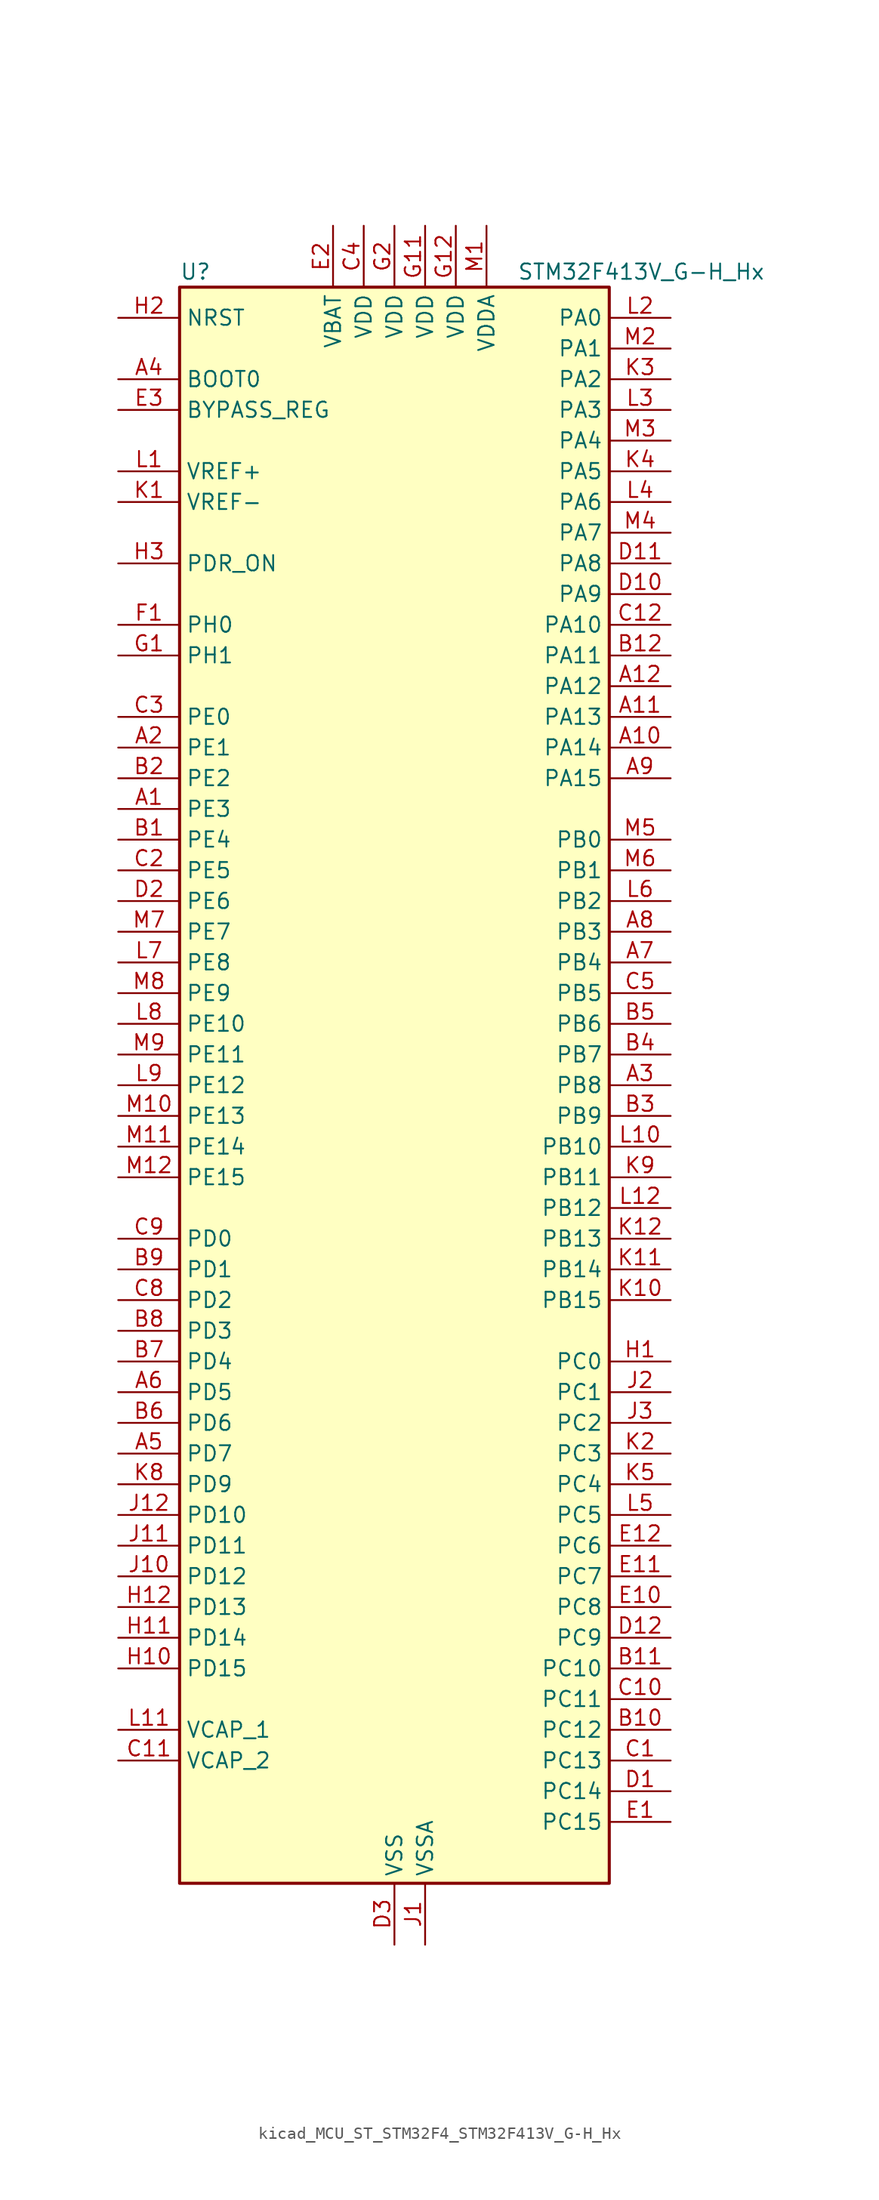
<source format=kicad_sym>
(kicad_symbol_lib
  (version 20220914)
  (generator kicad_symbol_editor)
  (symbol "kicad_MCU_ST_STM32F4_STM32F413V_G-H_Hx"
    (property "Reference" "U"
      (at -17.78 67.31 0)
      (effects (font (size 1.27 1.27)) (justify left)))
    (property "Value" "STM32F413V_G-H_Hx"
      (at 10.16 67.31 0)
      (effects (font (size 1.27 1.27)) (justify left)))
    (property "ki_locked" ""
      (at 0 0 0)
      (effects (font (size 1.27 1.27))))
    (symbol "kicad_MCU_ST_STM32F4_STM32F413V_G-H_Hx_0_1"
      (rectangle (start -17.78 -66.04) (end 17.78 66.04) (stroke (width 0.254) (type default)) (fill (type background))))
    (symbol "kicad_MCU_ST_STM32F4_STM32F413V_G-H_Hx_1_1"
      (pin bidirectional line (at -22.86 22.86 0) (length 5.08) (name "PE3" (effects (font (size 1.27 1.27)))) (number "A1" (effects (font (size 1.27 1.27)))) (alternate "FSMC_A19" bidirectional line) (alternate "SAI1_SD_B" bidirectional line) (alternate "SYS_TRACED0" bidirectional line) (alternate "UART10_TX" bidirectional line))
      (pin bidirectional line (at 22.86 27.94 180) (length 5.08) (name "PA14" (effects (font (size 1.27 1.27)))) (number "A10" (effects (font (size 1.27 1.27)))) (alternate "SYS_JTCK-SWCLK" bidirectional line))
      (pin bidirectional line (at 22.86 30.48 180) (length 5.08) (name "PA13" (effects (font (size 1.27 1.27)))) (number "A11" (effects (font (size 1.27 1.27)))) (alternate "SYS_JTMS-SWDIO" bidirectional line))
      (pin bidirectional line (at 22.86 33.02 180) (length 5.08) (name "PA12" (effects (font (size 1.27 1.27)))) (number "A12" (effects (font (size 1.27 1.27)))) (alternate "CAN1_TX" bidirectional line) (alternate "DFSDM2_DATIN5" bidirectional line) (alternate "SPI2_MISO" bidirectional line) (alternate "SPI5_MISO" bidirectional line) (alternate "TIM1_ETR" bidirectional line) (alternate "UART4_TX" bidirectional line) (alternate "USART1_RTS" bidirectional line) (alternate "USART6_RX" bidirectional line) (alternate "USB_OTG_FS_DP" bidirectional line))
      (pin bidirectional line (at -22.86 27.94 0) (length 5.08) (name "PE1" (effects (font (size 1.27 1.27)))) (number "A2" (effects (font (size 1.27 1.27)))) (alternate "DFSDM2_DATIN4" bidirectional line) (alternate "FSMC_NBL1" bidirectional line) (alternate "UART8_TX" bidirectional line))
      (pin bidirectional line (at 22.86 0 180) (length 5.08) (name "PB8" (effects (font (size 1.27 1.27)))) (number "A3" (effects (font (size 1.27 1.27)))) (alternate "CAN1_RX" bidirectional line) (alternate "DFSDM2_CKIN1" bidirectional line) (alternate "I2C1_SCL" bidirectional line) (alternate "I2C3_SDA" bidirectional line) (alternate "I2S5_SD" bidirectional line) (alternate "LPTIM1_OUT" bidirectional line) (alternate "SDIO_D4" bidirectional line) (alternate "SPI5_MOSI" bidirectional line) (alternate "TIM10_CH1" bidirectional line) (alternate "TIM4_CH3" bidirectional line) (alternate "UART5_RX" bidirectional line))
      (pin input line (at -22.86 58.42 0) (length 5.08) (name "BOOT0" (effects (font (size 1.27 1.27)))) (number "A4" (effects (font (size 1.27 1.27)))))
      (pin bidirectional line (at -22.86 -30.48 0) (length 5.08) (name "PD7" (effects (font (size 1.27 1.27)))) (number "A5" (effects (font (size 1.27 1.27)))) (alternate "DFSDM1_CKIN1" bidirectional line) (alternate "FSMC_NE1" bidirectional line) (alternate "USART2_CK" bidirectional line))
      (pin bidirectional line (at -22.86 -25.4 0) (length 5.08) (name "PD5" (effects (font (size 1.27 1.27)))) (number "A6" (effects (font (size 1.27 1.27)))) (alternate "DFSDM2_CKOUT" bidirectional line) (alternate "FSMC_NWE" bidirectional line) (alternate "USART2_TX" bidirectional line))
      (pin bidirectional line (at 22.86 10.16 180) (length 5.08) (name "PB4" (effects (font (size 1.27 1.27)))) (number "A7" (effects (font (size 1.27 1.27)))) (alternate "CAN3_TX" bidirectional line) (alternate "I2C3_SDA" bidirectional line) (alternate "I2S3_ext_SD" bidirectional line) (alternate "SAI1_SCK_A" bidirectional line) (alternate "SDIO_D0" bidirectional line) (alternate "SPI1_MISO" bidirectional line) (alternate "SPI3_MISO" bidirectional line) (alternate "SYS_JTRST" bidirectional line) (alternate "TIM3_CH1" bidirectional line) (alternate "UART7_TX" bidirectional line))
      (pin bidirectional line (at 22.86 12.7 180) (length 5.08) (name "PB3" (effects (font (size 1.27 1.27)))) (number "A8" (effects (font (size 1.27 1.27)))) (alternate "CAN3_RX" bidirectional line) (alternate "FMPI2C1_SDA" bidirectional line) (alternate "I2C2_SDA" bidirectional line) (alternate "I2S1_CK" bidirectional line) (alternate "I2S3_CK" bidirectional line) (alternate "SAI1_SD_A" bidirectional line) (alternate "SPI1_SCK" bidirectional line) (alternate "SPI3_SCK" bidirectional line) (alternate "SYS_JTDO-SWO" bidirectional line) (alternate "TIM2_CH2" bidirectional line) (alternate "UART7_RX" bidirectional line) (alternate "USART1_RX" bidirectional line))
      (pin bidirectional line (at 22.86 25.4 180) (length 5.08) (name "PA15" (effects (font (size 1.27 1.27)))) (number "A9" (effects (font (size 1.27 1.27)))) (alternate "ADC1_EXTI15" bidirectional line) (alternate "CAN3_TX" bidirectional line) (alternate "I2S1_WS" bidirectional line) (alternate "I2S3_WS" bidirectional line) (alternate "SAI1_MCLK_A" bidirectional line) (alternate "SPI1_NSS" bidirectional line) (alternate "SPI3_NSS" bidirectional line) (alternate "SYS_JTDI" bidirectional line) (alternate "TIM2_CH1" bidirectional line) (alternate "TIM2_ETR" bidirectional line) (alternate "UART7_TX" bidirectional line) (alternate "USART1_TX" bidirectional line))
      (pin bidirectional line (at -22.86 20.32 0) (length 5.08) (name "PE4" (effects (font (size 1.27 1.27)))) (number "B1" (effects (font (size 1.27 1.27)))) (alternate "DFSDM1_DATIN3" bidirectional line) (alternate "FSMC_A20" bidirectional line) (alternate "I2S4_WS" bidirectional line) (alternate "I2S5_WS" bidirectional line) (alternate "SAI1_SD_A" bidirectional line) (alternate "SPI4_NSS" bidirectional line) (alternate "SPI5_NSS" bidirectional line) (alternate "SYS_TRACED1" bidirectional line))
      (pin bidirectional line (at 22.86 -53.34 180) (length 5.08) (name "PC12" (effects (font (size 1.27 1.27)))) (number "B10" (effects (font (size 1.27 1.27)))) (alternate "FSMC_D3" bidirectional line) (alternate "FSMC_DA3" bidirectional line) (alternate "I2S3_SD" bidirectional line) (alternate "SDIO_CK" bidirectional line) (alternate "SPI3_MOSI" bidirectional line) (alternate "UART5_TX" bidirectional line) (alternate "USART3_CK" bidirectional line))
      (pin bidirectional line (at 22.86 -48.26 180) (length 5.08) (name "PC10" (effects (font (size 1.27 1.27)))) (number "B11" (effects (font (size 1.27 1.27)))) (alternate "DFSDM2_CKIN5" bidirectional line) (alternate "I2S3_CK" bidirectional line) (alternate "QUADSPI_BK1_IO1" bidirectional line) (alternate "SDIO_D2" bidirectional line) (alternate "SPI3_SCK" bidirectional line) (alternate "USART3_TX" bidirectional line))
      (pin bidirectional line (at 22.86 35.56 180) (length 5.08) (name "PA11" (effects (font (size 1.27 1.27)))) (number "B12" (effects (font (size 1.27 1.27)))) (alternate "ADC1_EXTI11" bidirectional line) (alternate "CAN1_RX" bidirectional line) (alternate "DFSDM2_CKIN5" bidirectional line) (alternate "I2S2_WS" bidirectional line) (alternate "SPI2_NSS" bidirectional line) (alternate "SPI4_MISO" bidirectional line) (alternate "TIM1_CH4" bidirectional line) (alternate "UART4_RX" bidirectional line) (alternate "USART1_CTS" bidirectional line) (alternate "USART6_TX" bidirectional line) (alternate "USB_OTG_FS_DM" bidirectional line))
      (pin bidirectional line (at -22.86 25.4 0) (length 5.08) (name "PE2" (effects (font (size 1.27 1.27)))) (number "B2" (effects (font (size 1.27 1.27)))) (alternate "FSMC_A23" bidirectional line) (alternate "I2S4_CK" bidirectional line) (alternate "I2S5_CK" bidirectional line) (alternate "QUADSPI_BK1_IO2" bidirectional line) (alternate "SAI1_MCLK_A" bidirectional line) (alternate "SPI4_SCK" bidirectional line) (alternate "SPI5_SCK" bidirectional line) (alternate "SYS_TRACECLK" bidirectional line) (alternate "UART10_RX" bidirectional line))
      (pin bidirectional line (at 22.86 -2.54 180) (length 5.08) (name "PB9" (effects (font (size 1.27 1.27)))) (number "B3" (effects (font (size 1.27 1.27)))) (alternate "CAN1_TX" bidirectional line) (alternate "DAC_EXTI9" bidirectional line) (alternate "DFSDM2_DATIN1" bidirectional line) (alternate "I2C1_SDA" bidirectional line) (alternate "I2C2_SDA" bidirectional line) (alternate "I2S2_WS" bidirectional line) (alternate "SDIO_D5" bidirectional line) (alternate "SPI2_NSS" bidirectional line) (alternate "TIM11_CH1" bidirectional line) (alternate "TIM4_CH4" bidirectional line) (alternate "UART5_TX" bidirectional line))
      (pin bidirectional line (at 22.86 2.54 180) (length 5.08) (name "PB7" (effects (font (size 1.27 1.27)))) (number "B4" (effects (font (size 1.27 1.27)))) (alternate "DFSDM2_DATIN7" bidirectional line) (alternate "FSMC_NL" bidirectional line) (alternate "I2C1_SDA" bidirectional line) (alternate "LPTIM1_IN2" bidirectional line) (alternate "TIM4_CH2" bidirectional line) (alternate "USART1_RX" bidirectional line))
      (pin bidirectional line (at 22.86 5.08 180) (length 5.08) (name "PB6" (effects (font (size 1.27 1.27)))) (number "B5" (effects (font (size 1.27 1.27)))) (alternate "CAN2_TX" bidirectional line) (alternate "DFSDM2_CKIN7" bidirectional line) (alternate "I2C1_SCL" bidirectional line) (alternate "LPTIM1_ETR" bidirectional line) (alternate "QUADSPI_BK1_NCS" bidirectional line) (alternate "SDIO_D0" bidirectional line) (alternate "TIM4_CH1" bidirectional line) (alternate "UART5_TX" bidirectional line) (alternate "USART1_TX" bidirectional line))
      (pin bidirectional line (at -22.86 -27.94 0) (length 5.08) (name "PD6" (effects (font (size 1.27 1.27)))) (number "B6" (effects (font (size 1.27 1.27)))) (alternate "DFSDM1_DATIN1" bidirectional line) (alternate "FSMC_NWAIT" bidirectional line) (alternate "I2S3_SD" bidirectional line) (alternate "SPI3_MOSI" bidirectional line) (alternate "USART2_RX" bidirectional line))
      (pin bidirectional line (at -22.86 -22.86 0) (length 5.08) (name "PD4" (effects (font (size 1.27 1.27)))) (number "B7" (effects (font (size 1.27 1.27)))) (alternate "DFSDM1_CKIN0" bidirectional line) (alternate "FSMC_NOE" bidirectional line) (alternate "USART2_RTS" bidirectional line))
      (pin bidirectional line (at -22.86 -20.32 0) (length 5.08) (name "PD3" (effects (font (size 1.27 1.27)))) (number "B8" (effects (font (size 1.27 1.27)))) (alternate "DFSDM1_DATIN0" bidirectional line) (alternate "FSMC_CLK" bidirectional line) (alternate "I2S2_CK" bidirectional line) (alternate "QUADSPI_CLK" bidirectional line) (alternate "SPI2_SCK" bidirectional line) (alternate "SYS_TRACED1" bidirectional line) (alternate "USART2_CTS" bidirectional line))
      (pin bidirectional line (at -22.86 -15.24 0) (length 5.08) (name "PD1" (effects (font (size 1.27 1.27)))) (number "B9" (effects (font (size 1.27 1.27)))) (alternate "CAN1_TX" bidirectional line) (alternate "DFSDM2_DATIN6" bidirectional line) (alternate "FSMC_D3" bidirectional line) (alternate "FSMC_DA3" bidirectional line) (alternate "UART4_TX" bidirectional line))
      (pin bidirectional line (at 22.86 -55.88 180) (length 5.08) (name "PC13" (effects (font (size 1.27 1.27)))) (number "C1" (effects (font (size 1.27 1.27)))) (alternate "RTC_AF1" bidirectional line))
      (pin bidirectional line (at 22.86 -50.8 180) (length 5.08) (name "PC11" (effects (font (size 1.27 1.27)))) (number "C10" (effects (font (size 1.27 1.27)))) (alternate "ADC1_EXTI11" bidirectional line) (alternate "DFSDM2_DATIN5" bidirectional line) (alternate "FSMC_D2" bidirectional line) (alternate "FSMC_DA2" bidirectional line) (alternate "I2S3_ext_SD" bidirectional line) (alternate "QUADSPI_BK2_NCS" bidirectional line) (alternate "SDIO_D3" bidirectional line) (alternate "SPI3_MISO" bidirectional line) (alternate "UART4_RX" bidirectional line) (alternate "USART3_RX" bidirectional line))
      (pin power_out line (at -22.86 -55.88 0) (length 5.08) (name "VCAP_2" (effects (font (size 1.27 1.27)))) (number "C11" (effects (font (size 1.27 1.27)))))
      (pin bidirectional line (at 22.86 38.1 180) (length 5.08) (name "PA10" (effects (font (size 1.27 1.27)))) (number "C12" (effects (font (size 1.27 1.27)))) (alternate "DFSDM2_DATIN3" bidirectional line) (alternate "I2S2_SD" bidirectional line) (alternate "I2S5_SD" bidirectional line) (alternate "SPI2_MOSI" bidirectional line) (alternate "SPI5_MOSI" bidirectional line) (alternate "TIM1_CH3" bidirectional line) (alternate "USART1_RX" bidirectional line) (alternate "USB_OTG_FS_ID" bidirectional line))
      (pin bidirectional line (at -22.86 17.78 0) (length 5.08) (name "PE5" (effects (font (size 1.27 1.27)))) (number "C2" (effects (font (size 1.27 1.27)))) (alternate "DFSDM1_CKIN3" bidirectional line) (alternate "FSMC_A21" bidirectional line) (alternate "SAI1_SCK_A" bidirectional line) (alternate "SPI4_MISO" bidirectional line) (alternate "SPI5_MISO" bidirectional line) (alternate "SYS_TRACED2" bidirectional line) (alternate "TIM9_CH1" bidirectional line))
      (pin bidirectional line (at -22.86 30.48 0) (length 5.08) (name "PE0" (effects (font (size 1.27 1.27)))) (number "C3" (effects (font (size 1.27 1.27)))) (alternate "DFSDM2_CKIN4" bidirectional line) (alternate "FSMC_NBL0" bidirectional line) (alternate "TIM4_ETR" bidirectional line) (alternate "UART8_RX" bidirectional line))
      (pin power_in line (at -2.54 71.12 270) (length 5.08) (name "VDD" (effects (font (size 1.27 1.27)))) (number "C4" (effects (font (size 1.27 1.27)))))
      (pin bidirectional line (at 22.86 7.62 180) (length 5.08) (name "PB5" (effects (font (size 1.27 1.27)))) (number "C5" (effects (font (size 1.27 1.27)))) (alternate "CAN2_RX" bidirectional line) (alternate "I2C1_SMBA" bidirectional line) (alternate "I2S1_SD" bidirectional line) (alternate "I2S3_SD" bidirectional line) (alternate "LPTIM1_IN1" bidirectional line) (alternate "SAI1_FS_A" bidirectional line) (alternate "SDIO_D3" bidirectional line) (alternate "SPI1_MOSI" bidirectional line) (alternate "SPI3_MOSI" bidirectional line) (alternate "TIM3_CH2" bidirectional line) (alternate "UART5_RX" bidirectional line))
      (pin bidirectional line (at -22.86 -17.78 0) (length 5.08) (name "PD2" (effects (font (size 1.27 1.27)))) (number "C8" (effects (font (size 1.27 1.27)))) (alternate "DFSDM2_CKOUT" bidirectional line) (alternate "FSMC_NWE" bidirectional line) (alternate "SDIO_CMD" bidirectional line) (alternate "TIM3_ETR" bidirectional line) (alternate "UART5_RX" bidirectional line))
      (pin bidirectional line (at -22.86 -12.7 0) (length 5.08) (name "PD0" (effects (font (size 1.27 1.27)))) (number "C9" (effects (font (size 1.27 1.27)))) (alternate "CAN1_RX" bidirectional line) (alternate "DFSDM2_CKIN6" bidirectional line) (alternate "FSMC_D2" bidirectional line) (alternate "FSMC_DA2" bidirectional line) (alternate "UART4_RX" bidirectional line))
      (pin bidirectional line (at 22.86 -58.42 180) (length 5.08) (name "PC14" (effects (font (size 1.27 1.27)))) (number "D1" (effects (font (size 1.27 1.27)))) (alternate "RCC_OSC32_IN" bidirectional line))
      (pin bidirectional line (at 22.86 40.64 180) (length 5.08) (name "PA9" (effects (font (size 1.27 1.27)))) (number "D10" (effects (font (size 1.27 1.27)))) (alternate "DAC_EXTI9" bidirectional line) (alternate "DFSDM2_CKIN3" bidirectional line) (alternate "I2C3_SMBA" bidirectional line) (alternate "I2S2_CK" bidirectional line) (alternate "SDIO_D2" bidirectional line) (alternate "SPI2_SCK" bidirectional line) (alternate "TIM1_CH2" bidirectional line) (alternate "USART1_TX" bidirectional line) (alternate "USB_OTG_FS_VBUS" bidirectional line))
      (pin bidirectional line (at 22.86 43.18 180) (length 5.08) (name "PA8" (effects (font (size 1.27 1.27)))) (number "D11" (effects (font (size 1.27 1.27)))) (alternate "CAN3_RX" bidirectional line) (alternate "DFSDM1_CKOUT" bidirectional line) (alternate "I2C3_SCL" bidirectional line) (alternate "RCC_MCO_1" bidirectional line) (alternate "SDIO_D1" bidirectional line) (alternate "TIM1_CH1" bidirectional line) (alternate "UART7_RX" bidirectional line) (alternate "USART1_CK" bidirectional line) (alternate "USB_OTG_FS_SOF" bidirectional line))
      (pin bidirectional line (at 22.86 -45.72 180) (length 5.08) (name "PC9" (effects (font (size 1.27 1.27)))) (number "D12" (effects (font (size 1.27 1.27)))) (alternate "DAC_EXTI9" bidirectional line) (alternate "DFSDM2_DATIN3" bidirectional line) (alternate "I2C3_SDA" bidirectional line) (alternate "I2S_CKIN" bidirectional line) (alternate "QUADSPI_BK1_IO0" bidirectional line) (alternate "RCC_MCO_2" bidirectional line) (alternate "SDIO_D1" bidirectional line) (alternate "TIM3_CH4" bidirectional line) (alternate "TIM8_CH4" bidirectional line))
      (pin bidirectional line (at -22.86 15.24 0) (length 5.08) (name "PE6" (effects (font (size 1.27 1.27)))) (number "D2" (effects (font (size 1.27 1.27)))) (alternate "FSMC_A22" bidirectional line) (alternate "I2S4_SD" bidirectional line) (alternate "I2S5_SD" bidirectional line) (alternate "SAI1_FS_A" bidirectional line) (alternate "SPI4_MOSI" bidirectional line) (alternate "SPI5_MOSI" bidirectional line) (alternate "SYS_TRACED3" bidirectional line) (alternate "TIM9_CH2" bidirectional line))
      (pin power_in line (at 0 -71.12 90) (length 5.08) (name "VSS" (effects (font (size 1.27 1.27)))) (number "D3" (effects (font (size 1.27 1.27)))))
      (pin bidirectional line (at 22.86 -60.96 180) (length 5.08) (name "PC15" (effects (font (size 1.27 1.27)))) (number "E1" (effects (font (size 1.27 1.27)))) (alternate "ADC1_EXTI15" bidirectional line) (alternate "RCC_OSC32_OUT" bidirectional line))
      (pin bidirectional line (at 22.86 -43.18 180) (length 5.08) (name "PC8" (effects (font (size 1.27 1.27)))) (number "E10" (effects (font (size 1.27 1.27)))) (alternate "DFSDM2_CKIN3" bidirectional line) (alternate "QUADSPI_BK1_IO2" bidirectional line) (alternate "SDIO_D0" bidirectional line) (alternate "TIM3_CH3" bidirectional line) (alternate "TIM8_CH3" bidirectional line) (alternate "USART6_CK" bidirectional line))
      (pin bidirectional line (at 22.86 -40.64 180) (length 5.08) (name "PC7" (effects (font (size 1.27 1.27)))) (number "E11" (effects (font (size 1.27 1.27)))) (alternate "DFSDM1_DATIN3" bidirectional line) (alternate "DFSDM2_CKIN6" bidirectional line) (alternate "FMPI2C1_SDA" bidirectional line) (alternate "I2S2_CK" bidirectional line) (alternate "I2S3_MCK" bidirectional line) (alternate "SDIO_D7" bidirectional line) (alternate "SPI2_SCK" bidirectional line) (alternate "TIM3_CH2" bidirectional line) (alternate "TIM8_CH2" bidirectional line) (alternate "USART6_RX" bidirectional line))
      (pin bidirectional line (at 22.86 -38.1 180) (length 5.08) (name "PC6" (effects (font (size 1.27 1.27)))) (number "E12" (effects (font (size 1.27 1.27)))) (alternate "DFSDM1_CKIN3" bidirectional line) (alternate "DFSDM2_DATIN6" bidirectional line) (alternate "FMPI2C1_SCL" bidirectional line) (alternate "FSMC_D1" bidirectional line) (alternate "FSMC_DA1" bidirectional line) (alternate "I2S2_MCK" bidirectional line) (alternate "SDIO_D6" bidirectional line) (alternate "TIM3_CH1" bidirectional line) (alternate "TIM8_CH1" bidirectional line) (alternate "USART6_TX" bidirectional line))
      (pin power_in line (at -5.08 71.12 270) (length 5.08) (name "VBAT" (effects (font (size 1.27 1.27)))) (number "E2" (effects (font (size 1.27 1.27)))))
      (pin input line (at -22.86 55.88 0) (length 5.08) (name "BYPASS_REG" (effects (font (size 1.27 1.27)))) (number "E3" (effects (font (size 1.27 1.27)))))
      (pin bidirectional line (at -22.86 38.1 0) (length 5.08) (name "PH0" (effects (font (size 1.27 1.27)))) (number "F1" (effects (font (size 1.27 1.27)))) (alternate "RCC_OSC_IN" bidirectional line))
      (pin passive line (at 0 -71.12 90) (length 5.08) hide (name "VSS" (effects (font (size 1.27 1.27)))) (number "F11" (effects (font (size 1.27 1.27)))))
      (pin passive line (at 0 -71.12 90) (length 5.08) hide (name "VSS" (effects (font (size 1.27 1.27)))) (number "F12" (effects (font (size 1.27 1.27)))))
      (pin passive line (at 0 -71.12 90) (length 5.08) hide (name "VSS" (effects (font (size 1.27 1.27)))) (number "F2" (effects (font (size 1.27 1.27)))))
      (pin bidirectional line (at -22.86 35.56 0) (length 5.08) (name "PH1" (effects (font (size 1.27 1.27)))) (number "G1" (effects (font (size 1.27 1.27)))) (alternate "RCC_OSC_OUT" bidirectional line))
      (pin power_in line (at 2.54 71.12 270) (length 5.08) (name "VDD" (effects (font (size 1.27 1.27)))) (number "G11" (effects (font (size 1.27 1.27)))))
      (pin power_in line (at 5.08 71.12 270) (length 5.08) (name "VDD" (effects (font (size 1.27 1.27)))) (number "G12" (effects (font (size 1.27 1.27)))))
      (pin power_in line (at 0 71.12 270) (length 5.08) (name "VDD" (effects (font (size 1.27 1.27)))) (number "G2" (effects (font (size 1.27 1.27)))))
      (pin bidirectional line (at 22.86 -22.86 180) (length 5.08) (name "PC0" (effects (font (size 1.27 1.27)))) (number "H1" (effects (font (size 1.27 1.27)))) (alternate "ADC1_IN10" bidirectional line) (alternate "DFSDM2_CKIN4" bidirectional line) (alternate "LPTIM1_IN1" bidirectional line) (alternate "SAI1_MCLK_B" bidirectional line) (alternate "SYS_WKUP2" bidirectional line))
      (pin bidirectional line (at -22.86 -48.26 0) (length 5.08) (name "PD15" (effects (font (size 1.27 1.27)))) (number "H10" (effects (font (size 1.27 1.27)))) (alternate "ADC1_EXTI15" bidirectional line) (alternate "DFSDM2_DATIN0" bidirectional line) (alternate "FMPI2C1_SDA" bidirectional line) (alternate "FSMC_D1" bidirectional line) (alternate "FSMC_DA1" bidirectional line) (alternate "TIM4_CH4" bidirectional line) (alternate "UART9_TX" bidirectional line))
      (pin bidirectional line (at -22.86 -45.72 0) (length 5.08) (name "PD14" (effects (font (size 1.27 1.27)))) (number "H11" (effects (font (size 1.27 1.27)))) (alternate "DFSDM2_CKIN0" bidirectional line) (alternate "FMPI2C1_SCL" bidirectional line) (alternate "FSMC_D0" bidirectional line) (alternate "FSMC_DA0" bidirectional line) (alternate "TIM4_CH3" bidirectional line) (alternate "UART9_RX" bidirectional line))
      (pin bidirectional line (at -22.86 -43.18 0) (length 5.08) (name "PD13" (effects (font (size 1.27 1.27)))) (number "H12" (effects (font (size 1.27 1.27)))) (alternate "FMPI2C1_SDA" bidirectional line) (alternate "FSMC_A18" bidirectional line) (alternate "QUADSPI_BK1_IO3" bidirectional line) (alternate "TIM4_CH2" bidirectional line))
      (pin input line (at -22.86 63.5 0) (length 5.08) (name "NRST" (effects (font (size 1.27 1.27)))) (number "H2" (effects (font (size 1.27 1.27)))))
      (pin input line (at -22.86 43.18 0) (length 5.08) (name "PDR_ON" (effects (font (size 1.27 1.27)))) (number "H3" (effects (font (size 1.27 1.27)))))
      (pin power_in line (at 2.54 -71.12 90) (length 5.08) (name "VSSA" (effects (font (size 1.27 1.27)))) (number "J1" (effects (font (size 1.27 1.27)))))
      (pin bidirectional line (at -22.86 -40.64 0) (length 5.08) (name "PD12" (effects (font (size 1.27 1.27)))) (number "J10" (effects (font (size 1.27 1.27)))) (alternate "DFSDM2_CKIN2" bidirectional line) (alternate "FMPI2C1_SCL" bidirectional line) (alternate "FSMC_A17" bidirectional line) (alternate "QUADSPI_BK1_IO1" bidirectional line) (alternate "TIM4_CH1" bidirectional line) (alternate "USART3_RTS" bidirectional line))
      (pin bidirectional line (at -22.86 -38.1 0) (length 5.08) (name "PD11" (effects (font (size 1.27 1.27)))) (number "J11" (effects (font (size 1.27 1.27)))) (alternate "ADC1_EXTI11" bidirectional line) (alternate "DFSDM2_DATIN2" bidirectional line) (alternate "FMPI2C1_SMBA" bidirectional line) (alternate "FSMC_A16" bidirectional line) (alternate "QUADSPI_BK1_IO0" bidirectional line) (alternate "USART3_CTS" bidirectional line))
      (pin bidirectional line (at -22.86 -35.56 0) (length 5.08) (name "PD10" (effects (font (size 1.27 1.27)))) (number "J12" (effects (font (size 1.27 1.27)))) (alternate "FSMC_D15" bidirectional line) (alternate "FSMC_DA15" bidirectional line) (alternate "UART4_TX" bidirectional line) (alternate "USART3_CK" bidirectional line))
      (pin bidirectional line (at 22.86 -25.4 180) (length 5.08) (name "PC1" (effects (font (size 1.27 1.27)))) (number "J2" (effects (font (size 1.27 1.27)))) (alternate "ADC1_IN11" bidirectional line) (alternate "DFSDM2_DATIN4" bidirectional line) (alternate "LPTIM1_OUT" bidirectional line) (alternate "SAI1_SD_B" bidirectional line) (alternate "SYS_WKUP3" bidirectional line))
      (pin bidirectional line (at 22.86 -27.94 180) (length 5.08) (name "PC2" (effects (font (size 1.27 1.27)))) (number "J3" (effects (font (size 1.27 1.27)))) (alternate "ADC1_IN12" bidirectional line) (alternate "DFSDM1_CKOUT" bidirectional line) (alternate "DFSDM2_DATIN7" bidirectional line) (alternate "FSMC_NWE" bidirectional line) (alternate "I2S2_ext_SD" bidirectional line) (alternate "LPTIM1_IN2" bidirectional line) (alternate "SAI1_SCK_B" bidirectional line) (alternate "SPI2_MISO" bidirectional line))
      (pin input line (at -22.86 48.26 0) (length 5.08) (name "VREF-" (effects (font (size 1.27 1.27)))) (number "K1" (effects (font (size 1.27 1.27)))))
      (pin bidirectional line (at 22.86 -17.78 180) (length 5.08) (name "PB15" (effects (font (size 1.27 1.27)))) (number "K10" (effects (font (size 1.27 1.27)))) (alternate "ADC1_EXTI15" bidirectional line) (alternate "DFSDM1_CKIN2" bidirectional line) (alternate "FMPI2C1_SCL" bidirectional line) (alternate "I2S2_SD" bidirectional line) (alternate "RTC_REFIN" bidirectional line) (alternate "SDIO_CK" bidirectional line) (alternate "SPI2_MOSI" bidirectional line) (alternate "TIM12_CH2" bidirectional line) (alternate "TIM1_CH3N" bidirectional line) (alternate "TIM8_CH3N" bidirectional line))
      (pin bidirectional line (at 22.86 -15.24 180) (length 5.08) (name "PB14" (effects (font (size 1.27 1.27)))) (number "K11" (effects (font (size 1.27 1.27)))) (alternate "DFSDM1_DATIN2" bidirectional line) (alternate "FMPI2C1_SDA" bidirectional line) (alternate "FSMC_D0" bidirectional line) (alternate "FSMC_DA0" bidirectional line) (alternate "I2S2_ext_SD" bidirectional line) (alternate "SDIO_D6" bidirectional line) (alternate "SPI2_MISO" bidirectional line) (alternate "TIM12_CH1" bidirectional line) (alternate "TIM1_CH2N" bidirectional line) (alternate "TIM8_CH2N" bidirectional line) (alternate "USART3_RTS" bidirectional line))
      (pin bidirectional line (at 22.86 -12.7 180) (length 5.08) (name "PB13" (effects (font (size 1.27 1.27)))) (number "K12" (effects (font (size 1.27 1.27)))) (alternate "CAN2_TX" bidirectional line) (alternate "DFSDM1_CKIN1" bidirectional line) (alternate "FMPI2C1_SMBA" bidirectional line) (alternate "I2S2_CK" bidirectional line) (alternate "I2S4_CK" bidirectional line) (alternate "SPI2_SCK" bidirectional line) (alternate "SPI4_SCK" bidirectional line) (alternate "TIM1_CH1N" bidirectional line) (alternate "UART5_TX" bidirectional line) (alternate "USART3_CTS" bidirectional line))
      (pin bidirectional line (at 22.86 -30.48 180) (length 5.08) (name "PC3" (effects (font (size 1.27 1.27)))) (number "K2" (effects (font (size 1.27 1.27)))) (alternate "ADC1_IN13" bidirectional line) (alternate "DFSDM2_CKIN7" bidirectional line) (alternate "FSMC_A0" bidirectional line) (alternate "I2S2_SD" bidirectional line) (alternate "LPTIM1_ETR" bidirectional line) (alternate "SAI1_FS_B" bidirectional line) (alternate "SPI2_MOSI" bidirectional line))
      (pin bidirectional line (at 22.86 58.42 180) (length 5.08) (name "PA2" (effects (font (size 1.27 1.27)))) (number "K3" (effects (font (size 1.27 1.27)))) (alternate "ADC1_IN2" bidirectional line) (alternate "FSMC_D4" bidirectional line) (alternate "FSMC_DA4" bidirectional line) (alternate "I2S_CKIN" bidirectional line) (alternate "TIM2_CH3" bidirectional line) (alternate "TIM5_CH3" bidirectional line) (alternate "TIM9_CH1" bidirectional line) (alternate "USART2_TX" bidirectional line))
      (pin bidirectional line (at 22.86 50.8 180) (length 5.08) (name "PA5" (effects (font (size 1.27 1.27)))) (number "K4" (effects (font (size 1.27 1.27)))) (alternate "ADC1_IN5" bidirectional line) (alternate "DAC_OUT2" bidirectional line) (alternate "DFSDM1_CKIN1" bidirectional line) (alternate "FSMC_D7" bidirectional line) (alternate "FSMC_DA7" bidirectional line) (alternate "I2S1_CK" bidirectional line) (alternate "SPI1_SCK" bidirectional line) (alternate "TIM2_CH1" bidirectional line) (alternate "TIM2_ETR" bidirectional line) (alternate "TIM8_CH1N" bidirectional line))
      (pin bidirectional line (at 22.86 -33.02 180) (length 5.08) (name "PC4" (effects (font (size 1.27 1.27)))) (number "K5" (effects (font (size 1.27 1.27)))) (alternate "ADC1_IN14" bidirectional line) (alternate "DFSDM2_CKIN2" bidirectional line) (alternate "FSMC_NE4" bidirectional line) (alternate "I2S1_MCK" bidirectional line) (alternate "QUADSPI_BK2_IO2" bidirectional line))
      (pin bidirectional line (at -22.86 -33.02 0) (length 5.08) (name "PD9" (effects (font (size 1.27 1.27)))) (number "K8" (effects (font (size 1.27 1.27)))) (alternate "DAC_EXTI9" bidirectional line) (alternate "FSMC_D14" bidirectional line) (alternate "FSMC_DA14" bidirectional line) (alternate "USART3_RX" bidirectional line))
      (pin bidirectional line (at 22.86 -7.62 180) (length 5.08) (name "PB11" (effects (font (size 1.27 1.27)))) (number "K9" (effects (font (size 1.27 1.27)))) (alternate "ADC1_EXTI11" bidirectional line) (alternate "I2C2_SDA" bidirectional line) (alternate "I2S_CKIN" bidirectional line) (alternate "TIM2_CH4" bidirectional line) (alternate "USART3_RX" bidirectional line))
      (pin input line (at -22.86 50.8 0) (length 5.08) (name "VREF+" (effects (font (size 1.27 1.27)))) (number "L1" (effects (font (size 1.27 1.27)))))
      (pin bidirectional line (at 22.86 -5.08 180) (length 5.08) (name "PB10" (effects (font (size 1.27 1.27)))) (number "L10" (effects (font (size 1.27 1.27)))) (alternate "DFSDM2_CKOUT" bidirectional line) (alternate "FMPI2C1_SCL" bidirectional line) (alternate "I2C2_SCL" bidirectional line) (alternate "I2S2_CK" bidirectional line) (alternate "I2S3_MCK" bidirectional line) (alternate "SDIO_D7" bidirectional line) (alternate "SPI2_SCK" bidirectional line) (alternate "TIM2_CH3" bidirectional line) (alternate "USART3_TX" bidirectional line))
      (pin power_out line (at -22.86 -53.34 0) (length 5.08) (name "VCAP_1" (effects (font (size 1.27 1.27)))) (number "L11" (effects (font (size 1.27 1.27)))))
      (pin bidirectional line (at 22.86 -10.16 180) (length 5.08) (name "PB12" (effects (font (size 1.27 1.27)))) (number "L12" (effects (font (size 1.27 1.27)))) (alternate "CAN2_RX" bidirectional line) (alternate "DFSDM1_DATIN1" bidirectional line) (alternate "FSMC_D13" bidirectional line) (alternate "FSMC_DA13" bidirectional line) (alternate "I2C2_SMBA" bidirectional line) (alternate "I2S2_WS" bidirectional line) (alternate "I2S3_CK" bidirectional line) (alternate "I2S4_WS" bidirectional line) (alternate "SPI2_NSS" bidirectional line) (alternate "SPI3_SCK" bidirectional line) (alternate "SPI4_NSS" bidirectional line) (alternate "TIM1_BKIN" bidirectional line) (alternate "UART5_RX" bidirectional line) (alternate "USART3_CK" bidirectional line))
      (pin bidirectional line (at 22.86 63.5 180) (length 5.08) (name "PA0" (effects (font (size 1.27 1.27)))) (number "L2" (effects (font (size 1.27 1.27)))) (alternate "ADC1_IN0" bidirectional line) (alternate "SYS_WKUP1" bidirectional line) (alternate "TIM2_CH1" bidirectional line) (alternate "TIM2_ETR" bidirectional line) (alternate "TIM5_CH1" bidirectional line) (alternate "TIM8_ETR" bidirectional line) (alternate "UART4_TX" bidirectional line) (alternate "USART2_CTS" bidirectional line))
      (pin bidirectional line (at 22.86 55.88 180) (length 5.08) (name "PA3" (effects (font (size 1.27 1.27)))) (number "L3" (effects (font (size 1.27 1.27)))) (alternate "ADC1_IN3" bidirectional line) (alternate "FSMC_D5" bidirectional line) (alternate "FSMC_DA5" bidirectional line) (alternate "I2S2_MCK" bidirectional line) (alternate "SAI1_SD_B" bidirectional line) (alternate "TIM2_CH4" bidirectional line) (alternate "TIM5_CH4" bidirectional line) (alternate "TIM9_CH2" bidirectional line) (alternate "USART2_RX" bidirectional line))
      (pin bidirectional line (at 22.86 48.26 180) (length 5.08) (name "PA6" (effects (font (size 1.27 1.27)))) (number "L4" (effects (font (size 1.27 1.27)))) (alternate "ADC1_IN6" bidirectional line) (alternate "DFSDM2_CKIN1" bidirectional line) (alternate "I2S2_MCK" bidirectional line) (alternate "QUADSPI_BK2_IO0" bidirectional line) (alternate "SDIO_CMD" bidirectional line) (alternate "SPI1_MISO" bidirectional line) (alternate "TIM13_CH1" bidirectional line) (alternate "TIM1_BKIN" bidirectional line) (alternate "TIM3_CH1" bidirectional line) (alternate "TIM8_BKIN" bidirectional line))
      (pin bidirectional line (at 22.86 -35.56 180) (length 5.08) (name "PC5" (effects (font (size 1.27 1.27)))) (number "L5" (effects (font (size 1.27 1.27)))) (alternate "ADC1_IN15" bidirectional line) (alternate "DFSDM2_DATIN2" bidirectional line) (alternate "FMPI2C1_SMBA" bidirectional line) (alternate "FSMC_NOE" bidirectional line) (alternate "QUADSPI_BK2_IO3" bidirectional line) (alternate "USART3_RX" bidirectional line))
      (pin bidirectional line (at 22.86 15.24 180) (length 5.08) (name "PB2" (effects (font (size 1.27 1.27)))) (number "L6" (effects (font (size 1.27 1.27)))) (alternate "DFSDM1_CKIN0" bidirectional line) (alternate "LPTIM1_OUT" bidirectional line) (alternate "QUADSPI_CLK" bidirectional line))
      (pin bidirectional line (at -22.86 10.16 0) (length 5.08) (name "PE8" (effects (font (size 1.27 1.27)))) (number "L7" (effects (font (size 1.27 1.27)))) (alternate "DFSDM1_CKIN2" bidirectional line) (alternate "FSMC_D5" bidirectional line) (alternate "FSMC_DA5" bidirectional line) (alternate "QUADSPI_BK2_IO1" bidirectional line) (alternate "TIM1_CH1N" bidirectional line) (alternate "UART7_TX" bidirectional line))
      (pin bidirectional line (at -22.86 5.08 0) (length 5.08) (name "PE10" (effects (font (size 1.27 1.27)))) (number "L8" (effects (font (size 1.27 1.27)))) (alternate "DFSDM2_DATIN0" bidirectional line) (alternate "FSMC_D7" bidirectional line) (alternate "FSMC_DA7" bidirectional line) (alternate "QUADSPI_BK2_IO3" bidirectional line) (alternate "TIM1_CH2N" bidirectional line))
      (pin bidirectional line (at -22.86 0 0) (length 5.08) (name "PE12" (effects (font (size 1.27 1.27)))) (number "L9" (effects (font (size 1.27 1.27)))) (alternate "DFSDM2_DATIN7" bidirectional line) (alternate "FSMC_D9" bidirectional line) (alternate "FSMC_DA9" bidirectional line) (alternate "I2S4_CK" bidirectional line) (alternate "I2S5_CK" bidirectional line) (alternate "SPI4_SCK" bidirectional line) (alternate "SPI5_SCK" bidirectional line) (alternate "TIM1_CH3N" bidirectional line))
      (pin power_in line (at 7.62 71.12 270) (length 5.08) (name "VDDA" (effects (font (size 1.27 1.27)))) (number "M1" (effects (font (size 1.27 1.27)))))
      (pin bidirectional line (at -22.86 -2.54 0) (length 5.08) (name "PE13" (effects (font (size 1.27 1.27)))) (number "M10" (effects (font (size 1.27 1.27)))) (alternate "DFSDM2_CKIN7" bidirectional line) (alternate "FSMC_D10" bidirectional line) (alternate "FSMC_DA10" bidirectional line) (alternate "SPI4_MISO" bidirectional line) (alternate "SPI5_MISO" bidirectional line) (alternate "TIM1_CH3" bidirectional line))
      (pin bidirectional line (at -22.86 -5.08 0) (length 5.08) (name "PE14" (effects (font (size 1.27 1.27)))) (number "M11" (effects (font (size 1.27 1.27)))) (alternate "DFSDM2_DATIN1" bidirectional line) (alternate "FSMC_D11" bidirectional line) (alternate "FSMC_DA11" bidirectional line) (alternate "I2S4_SD" bidirectional line) (alternate "I2S5_SD" bidirectional line) (alternate "SPI4_MOSI" bidirectional line) (alternate "SPI5_MOSI" bidirectional line) (alternate "TIM1_CH4" bidirectional line))
      (pin bidirectional line (at -22.86 -7.62 0) (length 5.08) (name "PE15" (effects (font (size 1.27 1.27)))) (number "M12" (effects (font (size 1.27 1.27)))) (alternate "ADC1_EXTI15" bidirectional line) (alternate "DFSDM2_CKIN1" bidirectional line) (alternate "FSMC_D12" bidirectional line) (alternate "FSMC_DA12" bidirectional line) (alternate "TIM1_BKIN" bidirectional line))
      (pin bidirectional line (at 22.86 60.96 180) (length 5.08) (name "PA1" (effects (font (size 1.27 1.27)))) (number "M2" (effects (font (size 1.27 1.27)))) (alternate "ADC1_IN1" bidirectional line) (alternate "I2S4_SD" bidirectional line) (alternate "QUADSPI_BK1_IO3" bidirectional line) (alternate "SPI4_MOSI" bidirectional line) (alternate "TIM2_CH2" bidirectional line) (alternate "TIM5_CH2" bidirectional line) (alternate "UART4_RX" bidirectional line) (alternate "USART2_RTS" bidirectional line))
      (pin bidirectional line (at 22.86 53.34 180) (length 5.08) (name "PA4" (effects (font (size 1.27 1.27)))) (number "M3" (effects (font (size 1.27 1.27)))) (alternate "ADC1_IN4" bidirectional line) (alternate "DAC_OUT1" bidirectional line) (alternate "DFSDM1_DATIN1" bidirectional line) (alternate "FSMC_D6" bidirectional line) (alternate "FSMC_DA6" bidirectional line) (alternate "I2S1_WS" bidirectional line) (alternate "I2S3_WS" bidirectional line) (alternate "SPI1_NSS" bidirectional line) (alternate "SPI3_NSS" bidirectional line) (alternate "USART2_CK" bidirectional line))
      (pin bidirectional line (at 22.86 45.72 180) (length 5.08) (name "PA7" (effects (font (size 1.27 1.27)))) (number "M4" (effects (font (size 1.27 1.27)))) (alternate "ADC1_IN7" bidirectional line) (alternate "DFSDM2_DATIN1" bidirectional line) (alternate "I2S1_SD" bidirectional line) (alternate "QUADSPI_BK2_IO1" bidirectional line) (alternate "SPI1_MOSI" bidirectional line) (alternate "TIM14_CH1" bidirectional line) (alternate "TIM1_CH1N" bidirectional line) (alternate "TIM3_CH2" bidirectional line) (alternate "TIM8_CH1N" bidirectional line))
      (pin bidirectional line (at 22.86 20.32 180) (length 5.08) (name "PB0" (effects (font (size 1.27 1.27)))) (number "M5" (effects (font (size 1.27 1.27)))) (alternate "ADC1_IN8" bidirectional line) (alternate "I2S5_CK" bidirectional line) (alternate "SPI5_SCK" bidirectional line) (alternate "TIM1_CH2N" bidirectional line) (alternate "TIM3_CH3" bidirectional line) (alternate "TIM8_CH2N" bidirectional line))
      (pin bidirectional line (at 22.86 17.78 180) (length 5.08) (name "PB1" (effects (font (size 1.27 1.27)))) (number "M6" (effects (font (size 1.27 1.27)))) (alternate "ADC1_IN9" bidirectional line) (alternate "DFSDM1_DATIN0" bidirectional line) (alternate "I2S5_WS" bidirectional line) (alternate "QUADSPI_CLK" bidirectional line) (alternate "SPI5_NSS" bidirectional line) (alternate "TIM1_CH3N" bidirectional line) (alternate "TIM3_CH4" bidirectional line) (alternate "TIM8_CH3N" bidirectional line))
      (pin bidirectional line (at -22.86 12.7 0) (length 5.08) (name "PE7" (effects (font (size 1.27 1.27)))) (number "M7" (effects (font (size 1.27 1.27)))) (alternate "DFSDM1_DATIN2" bidirectional line) (alternate "FSMC_D4" bidirectional line) (alternate "FSMC_DA4" bidirectional line) (alternate "QUADSPI_BK2_IO0" bidirectional line) (alternate "TIM1_ETR" bidirectional line) (alternate "UART7_RX" bidirectional line))
      (pin bidirectional line (at -22.86 7.62 0) (length 5.08) (name "PE9" (effects (font (size 1.27 1.27)))) (number "M8" (effects (font (size 1.27 1.27)))) (alternate "DAC_EXTI9" bidirectional line) (alternate "DFSDM1_CKOUT" bidirectional line) (alternate "FSMC_D6" bidirectional line) (alternate "FSMC_DA6" bidirectional line) (alternate "QUADSPI_BK2_IO2" bidirectional line) (alternate "TIM1_CH1" bidirectional line))
      (pin bidirectional line (at -22.86 2.54 0) (length 5.08) (name "PE11" (effects (font (size 1.27 1.27)))) (number "M9" (effects (font (size 1.27 1.27)))) (alternate "ADC1_EXTI11" bidirectional line) (alternate "DFSDM2_CKIN0" bidirectional line) (alternate "FSMC_D8" bidirectional line) (alternate "FSMC_DA8" bidirectional line) (alternate "I2S4_WS" bidirectional line) (alternate "I2S5_WS" bidirectional line) (alternate "SPI4_NSS" bidirectional line) (alternate "SPI5_NSS" bidirectional line) (alternate "TIM1_CH2" bidirectional line)))))
</source>
